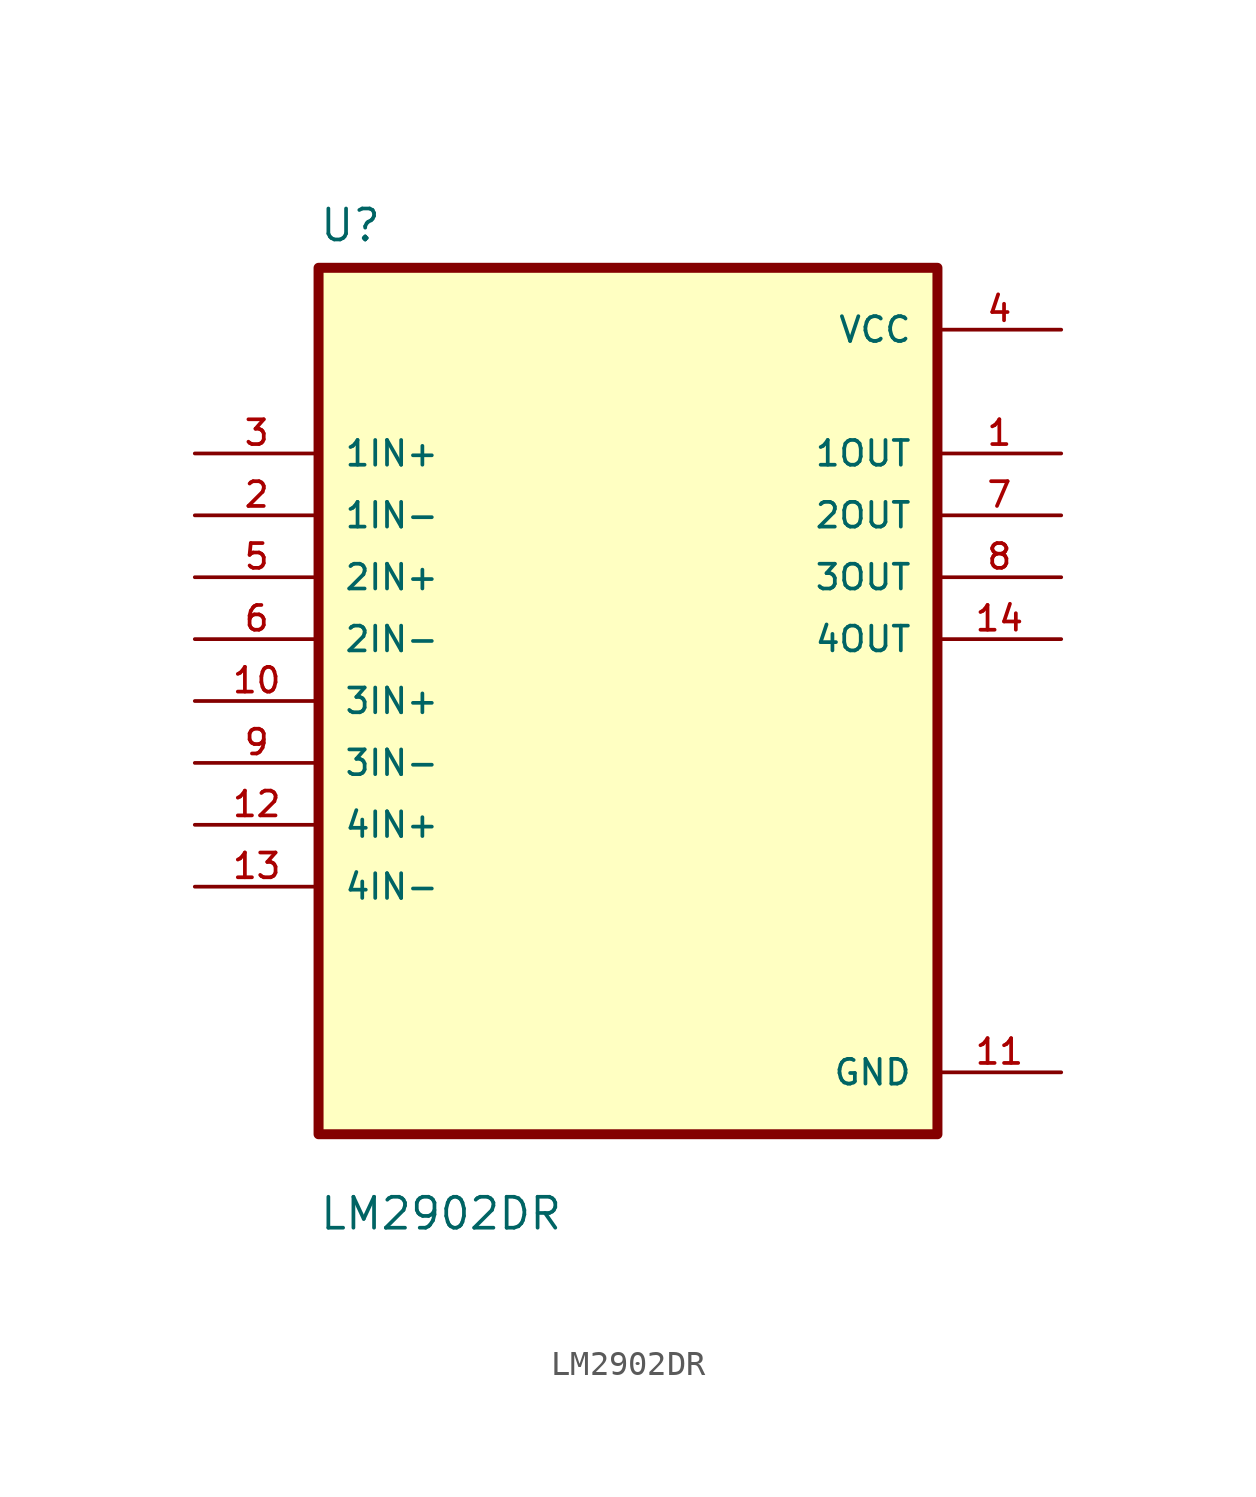
<source format=kicad_sym>
(kicad_symbol_lib
  (version 20211014)
  (generator kicad_symbol_editor)
  (symbol "LM2902DR"
    (pin_names
      (offset 1.016))
    (property "Reference" "U"
      (at -12.7 18.78 0.0)
      (effects (font (size 1.27 1.27)) (justify bottom left)))
    (property "Value" "LM2902DR"
      (at -12.7 -21.78 0.0)
      (effects (font (size 1.27 1.27)) (justify bottom left)))
    (symbol "LM2902DR_0_0"
      (rectangle (start -12.7 -17.78) (end 12.7 17.78) (stroke (width 0.41)) (fill (type background)))
      (pin input line (at -17.78 10.16 0) (length 5.08) (name "1IN+" (effects (font (size 1.016 1.016)))) (number "3" (effects (font (size 1.016 1.016)))))
      (pin input line (at -17.78 7.62 0) (length 5.08) (name "1IN-" (effects (font (size 1.016 1.016)))) (number "2" (effects (font (size 1.016 1.016)))))
      (pin input line (at -17.78 5.08 0) (length 5.08) (name "2IN+" (effects (font (size 1.016 1.016)))) (number "5" (effects (font (size 1.016 1.016)))))
      (pin input line (at -17.78 2.54 0) (length 5.08) (name "2IN-" (effects (font (size 1.016 1.016)))) (number "6" (effects (font (size 1.016 1.016)))))
      (pin input line (at -17.78 0.0 0) (length 5.08) (name "3IN+" (effects (font (size 1.016 1.016)))) (number "10" (effects (font (size 1.016 1.016)))))
      (pin input line (at -17.78 -2.54 0) (length 5.08) (name "3IN-" (effects (font (size 1.016 1.016)))) (number "9" (effects (font (size 1.016 1.016)))))
      (pin input line (at -17.78 -5.08 0) (length 5.08) (name "4IN+" (effects (font (size 1.016 1.016)))) (number "12" (effects (font (size 1.016 1.016)))))
      (pin input line (at -17.78 -7.62 0) (length 5.08) (name "4IN-" (effects (font (size 1.016 1.016)))) (number "13" (effects (font (size 1.016 1.016)))))
      (pin power_in line (at 17.78 15.24 180.0) (length 5.08) (name "VCC" (effects (font (size 1.016 1.016)))) (number "4" (effects (font (size 1.016 1.016)))))
      (pin output line (at 17.78 10.16 180.0) (length 5.08) (name "1OUT" (effects (font (size 1.016 1.016)))) (number "1" (effects (font (size 1.016 1.016)))))
      (pin output line (at 17.78 7.62 180.0) (length 5.08) (name "2OUT" (effects (font (size 1.016 1.016)))) (number "7" (effects (font (size 1.016 1.016)))))
      (pin output line (at 17.78 5.08 180.0) (length 5.08) (name "3OUT" (effects (font (size 1.016 1.016)))) (number "8" (effects (font (size 1.016 1.016)))))
      (pin output line (at 17.78 2.54 180.0) (length 5.08) (name "4OUT" (effects (font (size 1.016 1.016)))) (number "14" (effects (font (size 1.016 1.016)))))
      (pin power_in line (at 17.78 -15.24 180.0) (length 5.08) (name "GND" (effects (font (size 1.016 1.016)))) (number "11" (effects (font (size 1.016 1.016))))))))
</source>
